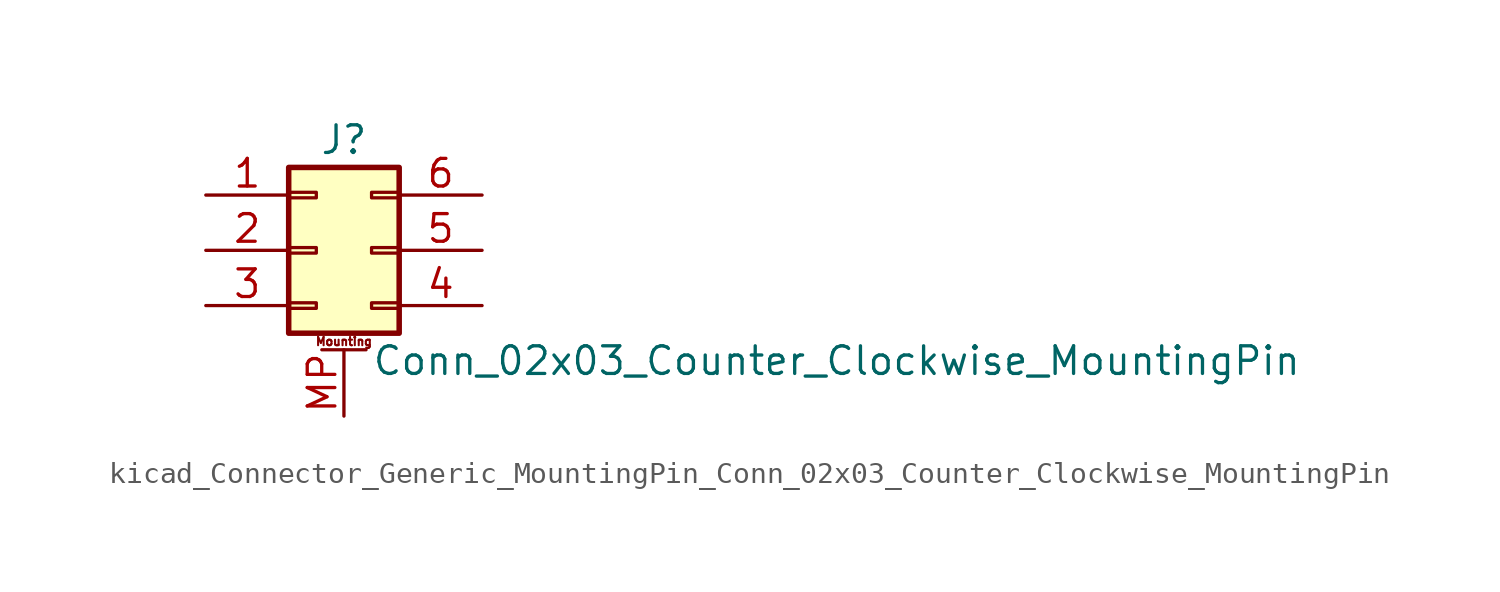
<source format=kicad_sym>
(kicad_symbol_lib
  (version 20220914)
  (generator kicad_symbol_editor)
  (symbol "kicad_Connector_Generic_MountingPin_Conn_02x03_Counter_Clockwise_MountingPin"
    (pin_names
      (offset 1.016) hide)
    (property "Reference" "J"
      (at 1.27 5.08 0)
      (effects (font (size 1.27 1.27))))
    (property "Value" "Conn_02x03_Counter_Clockwise_MountingPin"
      (at 2.54 -5.08 0)
      (effects (font (size 1.27 1.27)) (justify left)))
    (symbol "kicad_Connector_Generic_MountingPin_Conn_02x03_Counter_Clockwise_MountingPin_1_1"
      (rectangle (start -1.27 -2.413) (end 0 -2.667) (stroke (width 0.152) (type default)) (fill (type none)))
      (rectangle (start -1.27 0.127) (end 0 -0.127) (stroke (width 0.152) (type default)) (fill (type none)))
      (rectangle (start -1.27 2.667) (end 0 2.413) (stroke (width 0.152) (type default)) (fill (type none)))
      (rectangle (start -1.27 3.81) (end 3.81 -3.81) (stroke (width 0.254) (type default)) (fill (type background)))
      (polyline (pts (xy 0.254 -4.572) (xy 2.286 -4.572)) (stroke (width 0.152) (type default)) (fill (type none)))
      (rectangle (start 3.81 -2.413) (end 2.54 -2.667) (stroke (width 0.152) (type default)) (fill (type none)))
      (rectangle (start 3.81 0.127) (end 2.54 -0.127) (stroke (width 0.152) (type default)) (fill (type none)))
      (rectangle (start 3.81 2.667) (end 2.54 2.413) (stroke (width 0.152) (type default)) (fill (type none)))
      (text "Mounting" (at 1.27 -4.191 0) (effects (font (size 0.381 0.381))))
      (pin passive line (at -5.08 2.54 0) (length 3.81) (name "Pin_1" (effects (font (size 1.27 1.27)))) (number "1" (effects (font (size 1.27 1.27)))))
      (pin passive line (at -5.08 0 0) (length 3.81) (name "Pin_2" (effects (font (size 1.27 1.27)))) (number "2" (effects (font (size 1.27 1.27)))))
      (pin passive line (at -5.08 -2.54 0) (length 3.81) (name "Pin_3" (effects (font (size 1.27 1.27)))) (number "3" (effects (font (size 1.27 1.27)))))
      (pin passive line (at 7.62 -2.54 180) (length 3.81) (name "Pin_4" (effects (font (size 1.27 1.27)))) (number "4" (effects (font (size 1.27 1.27)))))
      (pin passive line (at 7.62 0 180) (length 3.81) (name "Pin_5" (effects (font (size 1.27 1.27)))) (number "5" (effects (font (size 1.27 1.27)))))
      (pin passive line (at 7.62 2.54 180) (length 3.81) (name "Pin_6" (effects (font (size 1.27 1.27)))) (number "6" (effects (font (size 1.27 1.27)))))
      (pin passive line (at 1.27 -7.62 90) (length 3.048) (name "MountPin" (effects (font (size 1.27 1.27)))) (number "MP" (effects (font (size 1.27 1.27))))))))
</source>
